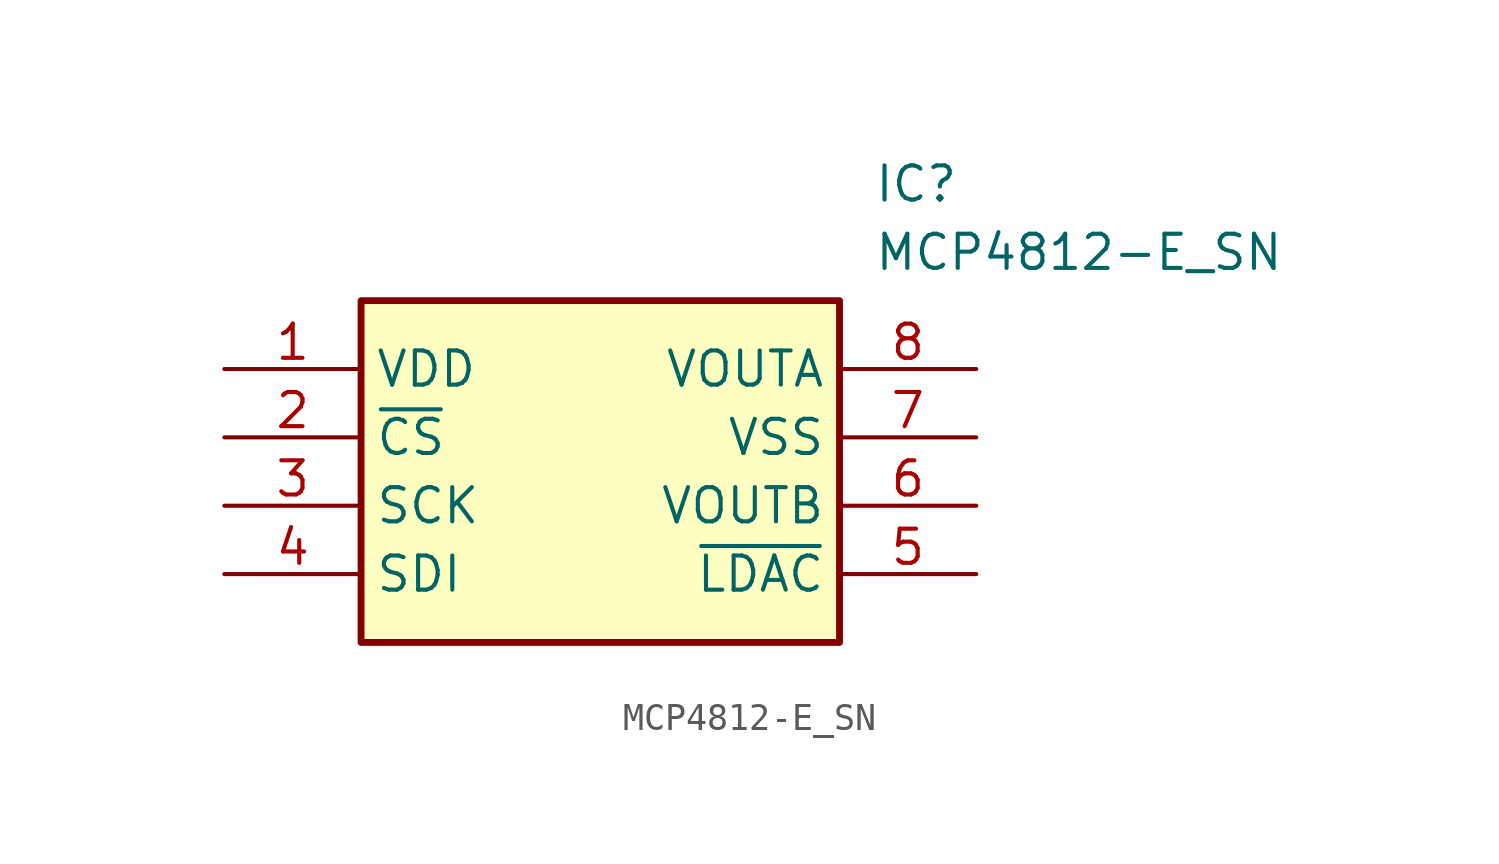
<source format=kicad_sym>
(kicad_symbol_lib
  (version 20211014)
  (generator SamacSys_ECAD_Model)
  (symbol "MCP4812-E_SN"
    (property "Reference" "IC"
      (at 24.13 7.62 0)
      (effects (font (size 1.27 1.27)) (justify left top)))
    (property "Value" "MCP4812-E_SN"
      (at 24.13 5.08 0)
      (effects (font (size 1.27 1.27)) (justify left top)))
    (rectangle
      (start 5.08 2.54)
      (end 22.86 -10.16)
      (stroke (width 0.254) (type default))
      (fill (type background)))
    (pin passive line
      (at 0 0 0)
      (length 5.08)
      (name "VDD" (effects (font (size 1.27 1.27))))
      (number "1" (effects (font (size 1.27 1.27)))))
    (pin passive line
      (at 0 -2.54 0)
      (length 5.08)
      (name "~{CS}" (effects (font (size 1.27 1.27))))
      (number "2" (effects (font (size 1.27 1.27)))))
    (pin passive line
      (at 0 -5.08 0)
      (length 5.08)
      (name "SCK" (effects (font (size 1.27 1.27))))
      (number "3" (effects (font (size 1.27 1.27)))))
    (pin passive line
      (at 0 -7.62 0)
      (length 5.08)
      (name "SDI" (effects (font (size 1.27 1.27))))
      (number "4" (effects (font (size 1.27 1.27)))))
    (pin passive line
      (at 27.94 0 180)
      (length 5.08)
      (name "VOUTA" (effects (font (size 1.27 1.27))))
      (number "8" (effects (font (size 1.27 1.27)))))
    (pin passive line
      (at 27.94 -2.54 180)
      (length 5.08)
      (name "VSS" (effects (font (size 1.27 1.27))))
      (number "7" (effects (font (size 1.27 1.27)))))
    (pin passive line
      (at 27.94 -5.08 180)
      (length 5.08)
      (name "VOUTB" (effects (font (size 1.27 1.27))))
      (number "6" (effects (font (size 1.27 1.27)))))
    (pin passive line
      (at 27.94 -7.62 180)
      (length 5.08)
      (name "~{LDAC}" (effects (font (size 1.27 1.27))))
      (number "5" (effects (font (size 1.27 1.27)))))))
</source>
